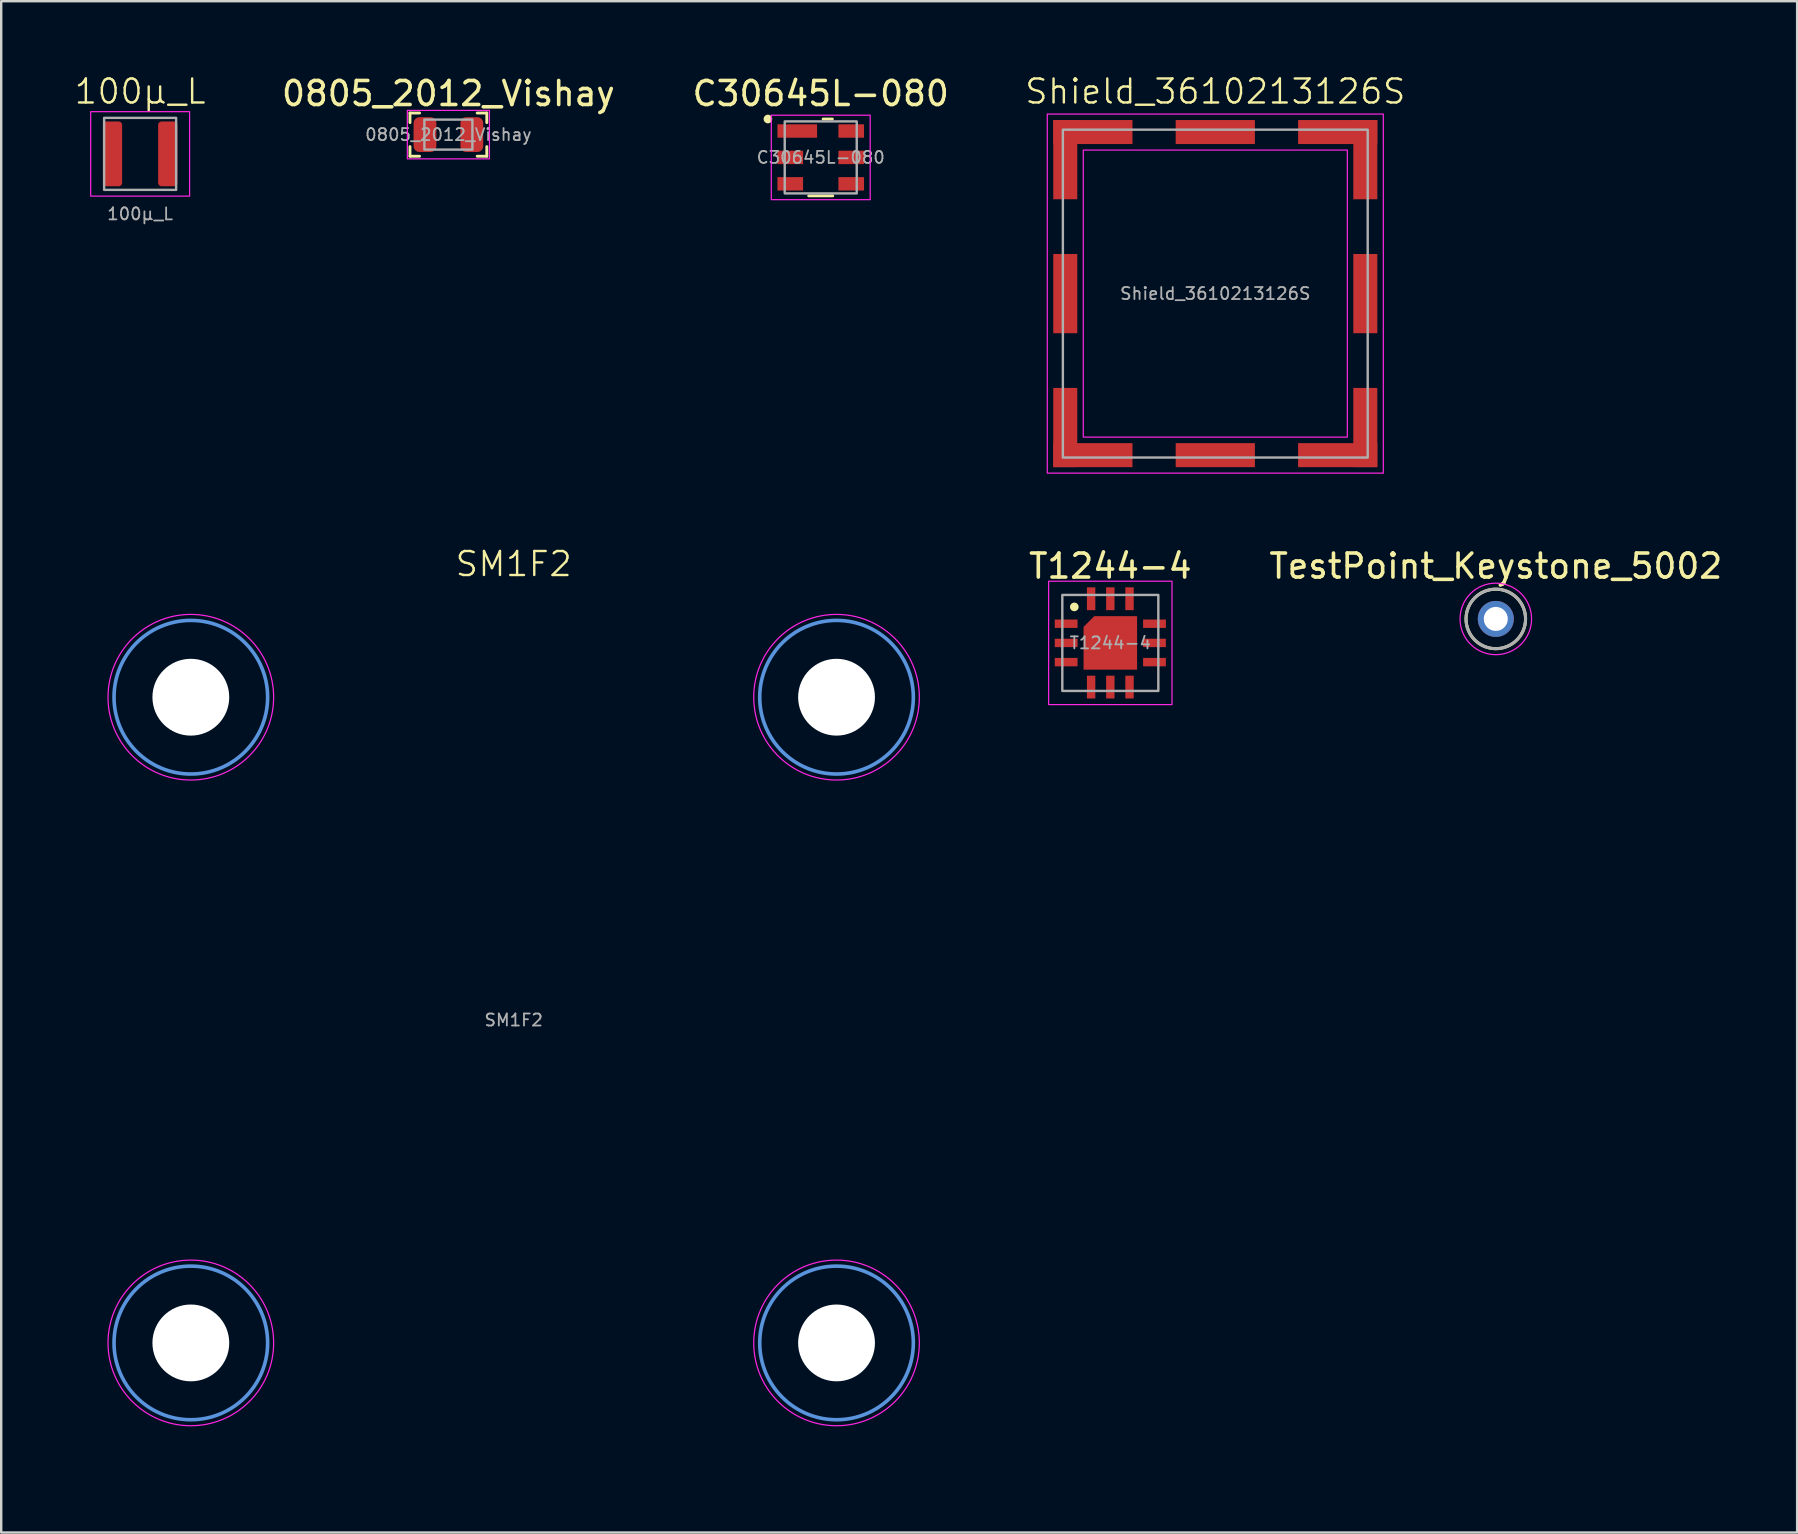
<source format=kicad_pcb>
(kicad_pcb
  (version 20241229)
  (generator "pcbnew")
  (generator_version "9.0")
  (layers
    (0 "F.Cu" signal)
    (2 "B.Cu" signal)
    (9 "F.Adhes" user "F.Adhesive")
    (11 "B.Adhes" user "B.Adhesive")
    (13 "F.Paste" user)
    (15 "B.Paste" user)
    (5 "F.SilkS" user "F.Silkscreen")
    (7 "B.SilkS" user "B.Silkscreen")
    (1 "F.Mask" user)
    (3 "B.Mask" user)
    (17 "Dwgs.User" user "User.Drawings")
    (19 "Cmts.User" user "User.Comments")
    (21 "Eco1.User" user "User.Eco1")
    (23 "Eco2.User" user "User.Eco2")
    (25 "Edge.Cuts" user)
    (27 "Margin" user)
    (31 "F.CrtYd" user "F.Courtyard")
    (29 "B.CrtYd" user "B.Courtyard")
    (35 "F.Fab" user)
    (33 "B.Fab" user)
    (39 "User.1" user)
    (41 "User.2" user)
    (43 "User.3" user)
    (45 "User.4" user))
  (footprint "SM1F2"
    (layer "F.Cu")
    (at 18.35 39.446)
    (property "Reference" "SM1F2" (at 0 -19 0) (unlocked yes) (layer "F.SilkS") (effects (font (size 1 1) (thickness 0.1))))
    (attr through_hole)
    (fp_circle (center -13.45 -13.45) (end -10.25 -13.45) (stroke (width 0.15) (type solid)) (fill no) (layer "Cmts.User"))
    (fp_circle (center -13.45 13.45) (end -10.25 13.45) (stroke (width 0.15) (type solid)) (fill no) (layer "Cmts.User"))
    (fp_circle (center 13.45 -13.45) (end 16.65 -13.45) (stroke (width 0.15) (type solid)) (fill no) (layer "Cmts.User"))
    (fp_circle (center 13.45 13.45) (end 16.65 13.45) (stroke (width 0.15) (type solid)) (fill no) (layer "Cmts.User"))
    (fp_circle (center -13.45 -13.45) (end -10 -13.45) (stroke (width 0.05) (type solid)) (fill no) (layer "F.CrtYd"))
    (fp_circle (center -13.45 13.45) (end -10 13.45) (stroke (width 0.05) (type solid)) (fill no) (layer "F.CrtYd"))
    (fp_circle (center 13.45 -13.45) (end 16.9 -13.45) (stroke (width 0.05) (type solid)) (fill no) (layer "F.CrtYd"))
    (fp_circle (center 13.45 13.45) (end 16.9 13.45) (stroke (width 0.05) (type solid)) (fill no) (layer "F.CrtYd"))
    (fp_rect (start -18.3 -18.3) (end 18.3 18.3) (stroke (width 0.1) (type default)) (fill no) (layer "User.2"))
    (fp_rect (start -13.45 -13.45) (end 13.45 13.45) (stroke (width 0.2) (type dot)) (fill no) (layer "User.2"))
    (fp_circle (center 0 0) (end 13.45 0) (stroke (width 0.2) (type default)) (fill no) (layer "User.2"))
    (fp_text user "${REFERENCE}" (at 0 0 0) (unlocked yes) (layer "F.Fab") (effects (font (size 0.5 0.5) (thickness 0.075))))
    (pad "" np_thru_hole circle (at -13.45 -13.45) (size 3.2 3.2) (drill 3.2) (layers "*.Cu" "*.Mask"))
    (pad "" np_thru_hole circle (at -13.45 13.45) (size 3.2 3.2) (drill 3.2) (layers "*.Cu" "*.Mask"))
    (pad "" np_thru_hole circle (at 13.45 -13.45) (size 3.2 3.2) (drill 3.2) (layers "*.Cu" "*.Mask"))
    (pad "" np_thru_hole circle (at 13.45 13.45) (size 3.2 3.2) (drill 3.2) (layers "*.Cu" "*.Mask")))
  (footprint "Shield_3610213126S"
    (layer "F.Cu")
    (at 47.579 9.181)
    (property "Reference" "Shield_3610213126S" (at 0 -8.42 0) (unlocked yes) (layer "F.SilkS") (effects (font (size 1 1) (thickness 0.1))))
    (attr smd)
    (fp_rect (start -7 -7.48) (end 7 7.48) (stroke (width 0.05) (type default)) (fill no) (layer "F.CrtYd"))
    (fp_rect (start -5.5 -5.98) (end 5.5 5.98) (stroke (width 0.05) (type default)) (fill no) (layer "F.CrtYd"))
    (fp_rect (start -6.35 -6.83) (end 6.35 6.83) (stroke (width 0.1) (type default)) (fill no) (layer "F.Fab"))
    (fp_text user "${REFERENCE}" (at 0 0 0) (unlocked yes) (layer "F.Fab") (effects (font (size 0.5 0.5) (thickness 0.075))))
    (pad "1" smd rect (at -6.25 -5.58 180) (size 1 3.3) (layers "F.Cu" "F.Mask"))
    (pad "1" smd rect (at -6.25 0) (size 1 3.3) (layers "F.Cu" "F.Mask"))
    (pad "1" smd rect (at -6.25 5.58) (size 1 3.3) (layers "F.Cu" "F.Mask"))
    (pad "1" smd rect (at -5.1 -6.73 90) (size 1 3.3) (layers "F.Cu" "F.Mask"))
    (pad "1" smd rect (at -5.1 6.73 90) (size 1 3.3) (layers "F.Cu" "F.Mask"))
    (pad "1" smd rect (at 0 -6.73 90) (size 1 3.3) (layers "F.Cu" "F.Mask"))
    (pad "1" smd rect (at 0 6.73 90) (size 1 3.3) (layers "F.Cu" "F.Mask"))
    (pad "1" smd rect (at 5.1 -6.73 90) (size 1 3.3) (layers "F.Cu" "F.Mask"))
    (pad "1" smd rect (at 5.1 6.73 90) (size 1 3.3) (layers "F.Cu" "F.Mask"))
    (pad "1" smd rect (at 6.25 -5.58 180) (size 1 3.3) (layers "F.Cu" "F.Mask"))
    (pad "1" smd rect (at 6.25 0) (size 1 3.3) (layers "F.Cu" "F.Mask"))
    (pad "1" smd rect (at 6.25 5.58 180) (size 1 3.3) (layers "F.Cu" "F.Mask")))
  (footprint "0805_2012_Vishay"
    (layer "F.Cu")
    (at 15.63 2.558)
    (property "Reference" "0805_2012_Vishay" (at 0 -1.71 0) (unlocked yes) (layer "F.SilkS") (effects (font (size 1 1) (thickness 0.15))))
    (attr smd)
    (fp_line (start -1.6 -0.9) (end -1.2 -0.9) (stroke (width 0.12) (type default)) (layer "F.SilkS"))
    (fp_line (start -1.6 -0.5) (end -1.6 -0.9) (stroke (width 0.12) (type default)) (layer "F.SilkS"))
    (fp_line (start -1.6 0.9) (end -1.6 0.5) (stroke (width 0.12) (type default)) (layer "F.SilkS"))
    (fp_line (start -1.2 0.9) (end -1.6 0.9) (stroke (width 0.12) (type default)) (layer "F.SilkS"))
    (fp_line (start 1.2 -0.9) (end 1.6 -0.9) (stroke (width 0.12) (type default)) (layer "F.SilkS"))
    (fp_line (start 1.6 -0.9) (end 1.6 -0.5) (stroke (width 0.12) (type default)) (layer "F.SilkS"))
    (fp_line (start 1.6 0.5) (end 1.6 0.9) (stroke (width 0.12) (type default)) (layer "F.SilkS"))
    (fp_line (start 1.6 0.9) (end 1.2 0.9) (stroke (width 0.12) (type default)) (layer "F.SilkS"))
    (fp_rect (start -1.71 -1.01) (end 1.71 1.01) (stroke (width 0.05) (type default)) (fill no) (layer "F.CrtYd"))
    (fp_rect (start -1 -0.625) (end 1 0.625) (stroke (width 0.1) (type default)) (fill no) (layer "F.Fab"))
    (fp_text user "${REFERENCE}" (at 0 0 0) (unlocked yes) (layer "F.Fab") (effects (font (size 0.5 0.5) (thickness 0.075))))
    (pad "1" smd roundrect (at -0.975 0) (size 0.95 1.45) (layers "F.Cu" "F.Mask" "F.Paste") (roundrect_rratio 0.25))
    (pad "2" smd roundrect (at 0.975 0) (size 0.95 1.45) (layers "F.Cu" "F.Mask" "F.Paste") (roundrect_rratio 0.25)))
  (footprint "C30645L-080"
    (layer "F.Cu")
    (at 31.142 3.508)
    (property "Reference" "C30645L-080" (at 0 -2.66 0) (unlocked yes) (layer "F.SilkS") (effects (font (size 1 1) (thickness 0.15))))
    (attr smd)
    (fp_line (start -0.5 1.6) (end 0.5 1.6) (stroke (width 0.12) (type solid)) (layer "F.SilkS"))
    (fp_line (start 0.484 -1.6) (end 0.1 -1.6) (stroke (width 0.12) (type solid)) (layer "F.SilkS"))
    (fp_circle (center -2.2 -1.6) (end -2.08 -1.6) (stroke (width 0.12) (type solid)) (fill yes) (layer "F.SilkS"))
    (fp_rect (start -2.06 -1.76) (end 2.06 1.76) (stroke (width 0.05) (type default)) (fill no) (layer "F.CrtYd"))
    (fp_rect (start -1.5 -1.5) (end 1.5 1.5) (stroke (width 0.1) (type default)) (fill no) (layer "F.Fab"))
    (fp_text user "${REFERENCE}" (at 0 0 0) (unlocked yes) (layer "F.Fab") (effects (font (size 0.5 0.5) (thickness 0.075))))
    (pad "1" smd rect (at -0.978 -1.1) (size 1.651 0.559) (layers "F.Cu" "F.Mask" "F.Paste"))
    (pad "2" smd rect (at -1.27 0) (size 1.067 0.559) (layers "F.Cu" "F.Mask" "F.Paste"))
    (pad "3" smd rect (at -1.27 1.1) (size 1.067 0.559) (layers "F.Cu" "F.Mask" "F.Paste"))
    (pad "4" smd rect (at 1.27 1.1) (size 1.067 0.559) (layers "F.Cu" "F.Mask" "F.Paste"))
    (pad "5" smd rect (at 1.27 0) (size 1.067 0.559) (layers "F.Cu" "F.Mask" "F.Paste"))
    (pad "6" smd rect (at 1.27 -1.1) (size 1.067 0.559) (layers "F.Cu" "F.Mask" "F.Paste")))
  (footprint "TestPoint_Keystone_5002"
    (layer "F.Cu")
    (at 59.265 22.734)
    (property "Reference" "TestPoint_Keystone_5002" (at 0 -2.2 0) (layer "F.SilkS") (effects (font (size 1 1) (thickness 0.15))))
    (attr through_hole)
    (fp_circle (center 0 0) (end 1.24 0) (stroke (width 0.127) (type solid)) (fill no) (layer "F.SilkS"))
    (fp_circle (center 0 0) (end 1.49 0) (stroke (width 0.05) (type solid)) (fill no) (layer "F.CrtYd"))
    (fp_circle (center 0 0) (end 1.24 0) (stroke (width 0.127) (type solid)) (fill no) (layer "F.Fab"))
    (pad "1" thru_hole circle (at 0 0) (size 1.5 1.5) (drill 1) (layers "*.Cu" "*.Mask")))
  (footprint "100µ_L"
    (layer "F.Cu")
    (at 2.788 3.361)
    (property "Reference" "100µ_L" (at 0 -2.6 0) (unlocked yes) (layer "F.SilkS") (effects (font (size 1 1) (thickness 0.1))))
    (attr smd)
    (fp_rect (start -2.06 -1.76) (end 2.06 1.76) (stroke (width 0.05) (type default)) (fill no) (layer "F.CrtYd"))
    (fp_rect (start -1.5 -1.5) (end 1.5 1.5) (stroke (width 0.1) (type default)) (fill no) (layer "F.Fab"))
    (fp_text user "${REFERENCE}" (at 0 2.5 0) (unlocked yes) (layer "F.Fab") (effects (font (size 0.5 0.5) (thickness 0.075))))
    (pad "1" smd roundrect (at -1.15 0) (size 0.8 2.7) (layers "F.Cu" "F.Mask" "F.Paste") (roundrect_rratio 0.179))
    (pad "2" smd roundrect (at 1.15 0) (size 0.8 2.7) (layers "F.Cu" "F.Mask" "F.Paste") (roundrect_rratio 0.179)))
  (footprint "T1244-4"
    (layer "F.Cu")
    (at 43.206 23.734)
    (property "Reference" "T1244-4" (at 0 -3.2 0) (unlocked yes) (layer "F.SilkS") (effects (font (size 1 1) (thickness 0.15))))
    (attr smd)
    (fp_circle (center -1.5 -1.5) (end -1.38 -1.5) (stroke (width 0.12) (type solid)) (fill yes) (layer "F.SilkS"))
    (fp_rect (start -2.57 -2.57) (end 2.57 2.57) (stroke (width 0.05) (type default)) (fill no) (layer "F.CrtYd"))
    (fp_rect (start -2 -2) (end 2 2) (stroke (width 0.1) (type default)) (fill no) (layer "F.Fab"))
    (fp_text user "${REFERENCE}" (at 0 0 0) (unlocked yes) (layer "F.Fab") (effects (font (size 0.5 0.5) (thickness 0.075))))
    (pad "1" smd rect (at -1.84 -0.8) (size 0.95 0.35) (layers "F.Cu" "F.Mask" "F.Paste"))
    (pad "2" smd rect (at -1.84 0) (size 0.95 0.35) (layers "F.Cu" "F.Mask" "F.Paste"))
    (pad "3" smd rect (at -1.84 0.8) (size 0.95 0.35) (layers "F.Cu" "F.Mask" "F.Paste"))
    (pad "4" smd rect (at -0.8 1.84 90) (size 0.95 0.35) (layers "F.Cu" "F.Mask" "F.Paste"))
    (pad "5" smd rect (at 0 1.84 90) (size 0.95 0.35) (layers "F.Cu" "F.Mask" "F.Paste"))
    (pad "6" smd rect (at 0.8 1.84 90) (size 0.95 0.35) (layers "F.Cu" "F.Mask" "F.Paste"))
    (pad "7" smd rect (at 1.84 0.8) (size 0.95 0.35) (layers "F.Cu" "F.Mask" "F.Paste"))
    (pad "8" smd rect (at 1.84 0) (size 0.95 0.35) (layers "F.Cu" "F.Mask" "F.Paste"))
    (pad "9" smd roundrect (at 0 0) (size 2.23 2.23) (layers "F.Cu" "F.Mask" "F.Paste") (roundrect_rratio 0) (chamfer_ratio 0.2) (chamfer top_left))
    (pad "9" smd rect (at 1.84 -0.8) (size 0.95 0.35) (layers "F.Cu" "F.Mask" "F.Paste"))
    (pad "10" smd rect (at 0.8 -1.84 90) (size 0.95 0.35) (layers "F.Cu" "F.Mask" "F.Paste"))
    (pad "11" smd rect (at 0 -1.84 90) (size 0.95 0.35) (layers "F.Cu" "F.Mask" "F.Paste"))
    (pad "12" smd rect (at -0.8 -1.84 90) (size 0.95 0.35) (layers "F.Cu" "F.Mask" "F.Paste")))
  (gr_rect
    (start -3 -3)
    (end 71.819 60.796)
    (stroke (width 0.1) (type default))
    (fill no)
    (layer "Edge.Cuts")))
</source>
